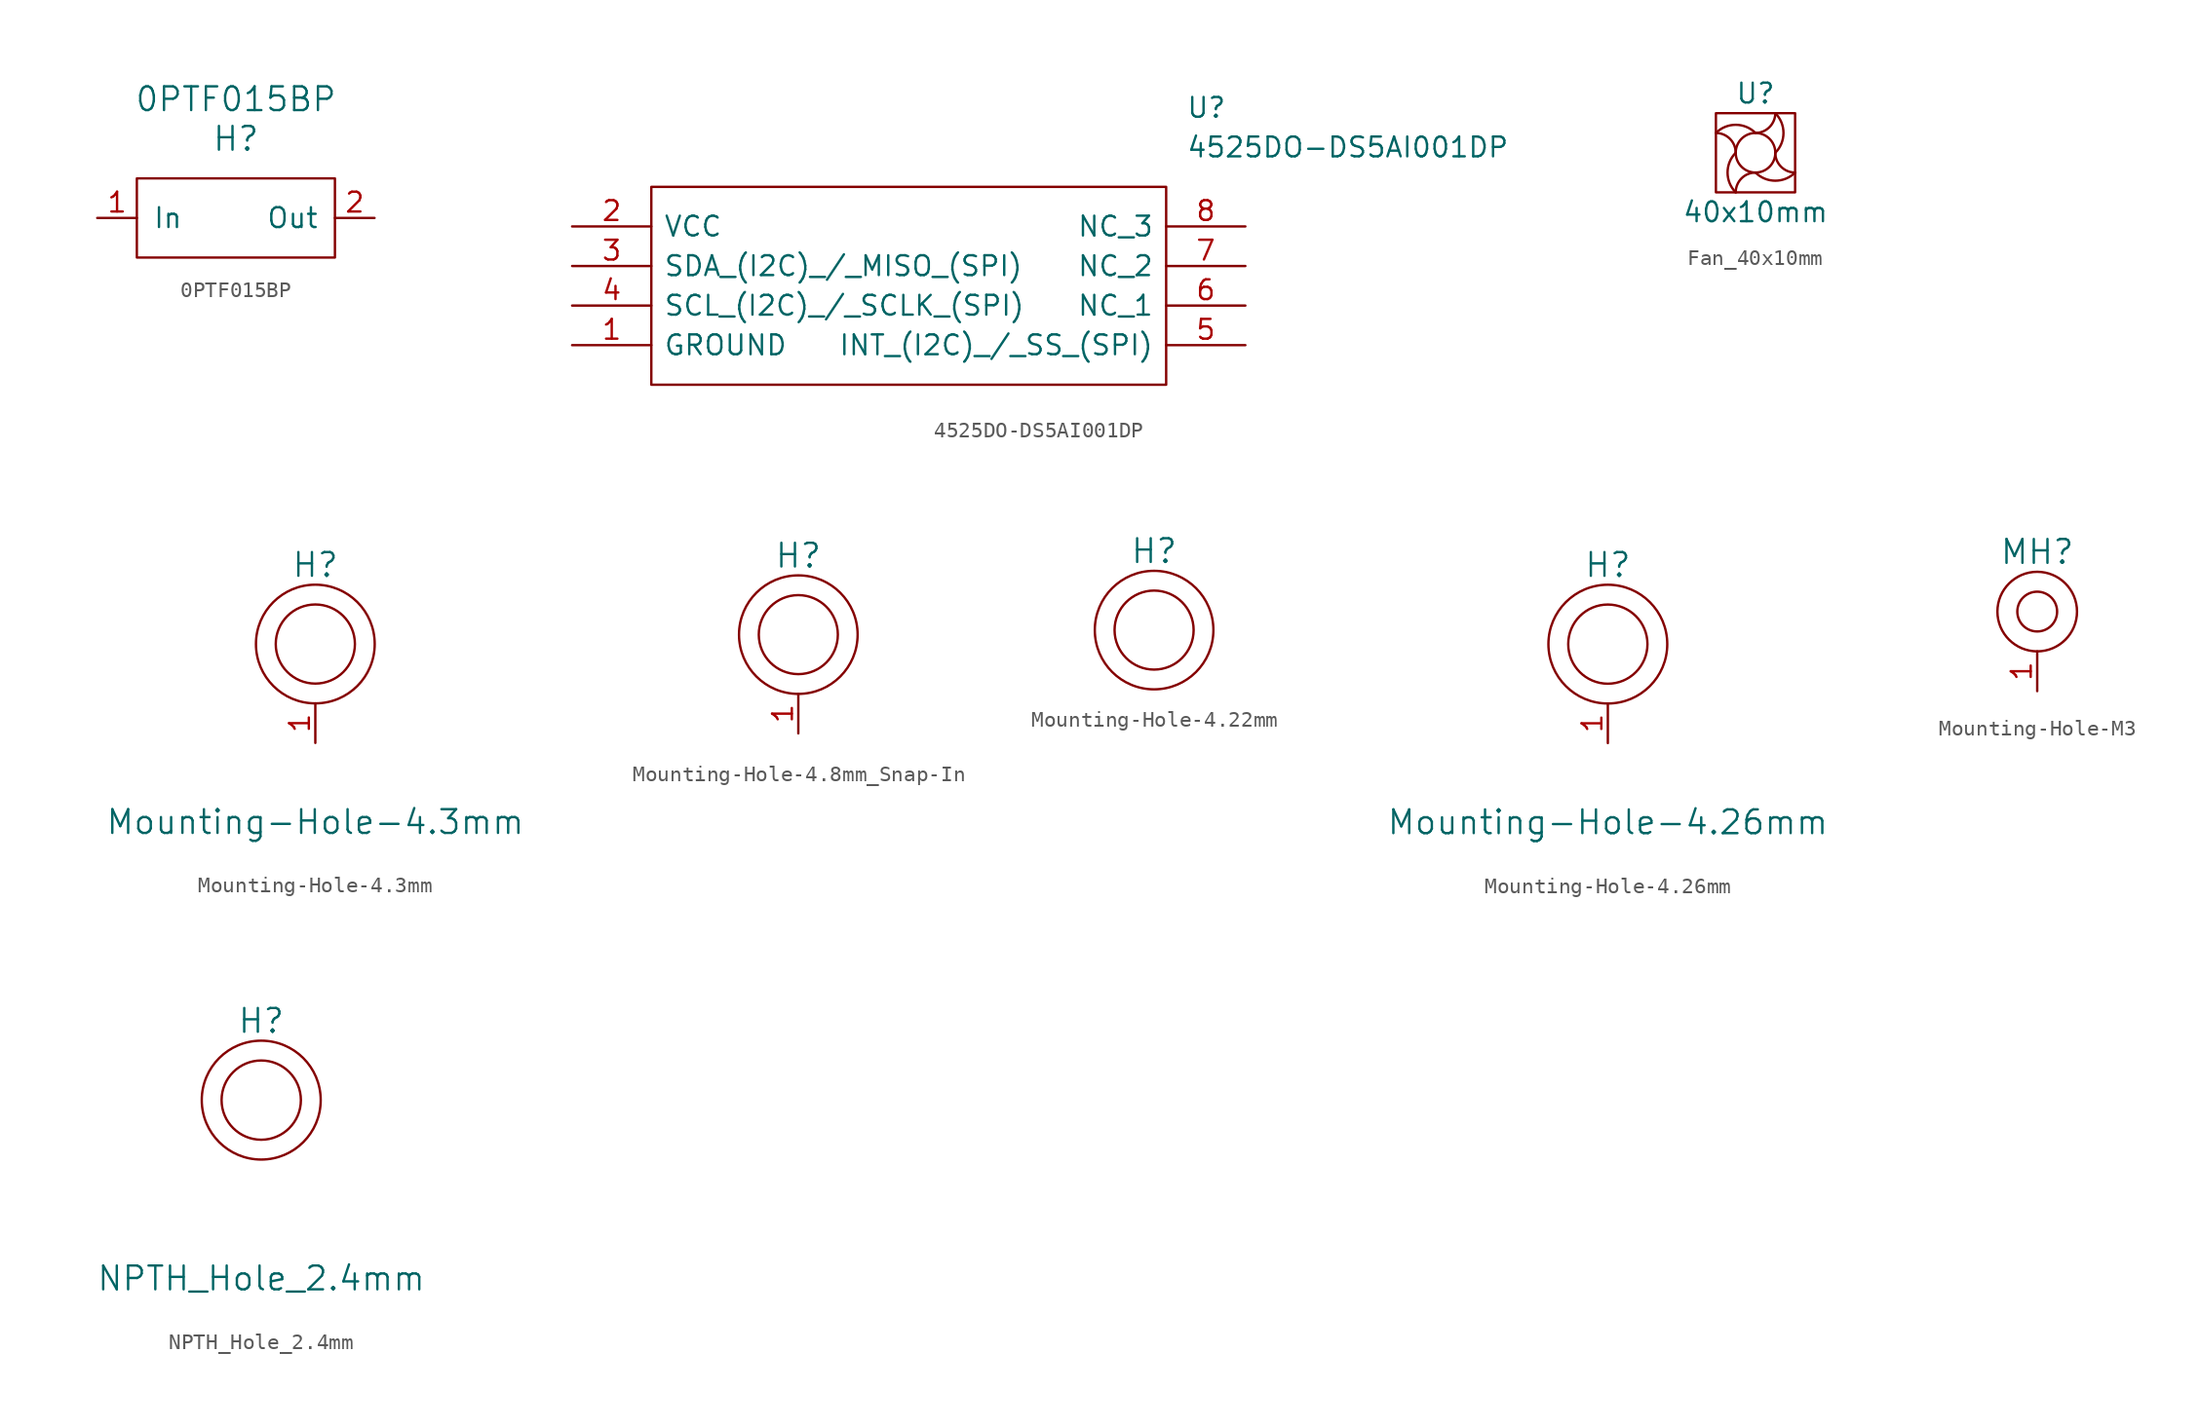
<source format=kicad_sym>
(kicad_symbol_lib
  (version 20231120)
  (generator "kicad_symbol_editor")
  (generator_version "8.0")
  (symbol "0PTF015BP"
    (pin_names
      (offset 1.016))
    (property "Reference" "H"
      (at 0 5.08 0)
      (effects (font (size 1.524 1.524))))
    (property "Value" "0PTF015BP"
      (at 0 7.62 0)
      (effects (font (size 1.524 1.524))))
    (symbol "0PTF015BP_0_1"
      (rectangle (start -6.35 2.54) (end 6.35 -2.54) (stroke (width 0) (type default)) (fill (type none))))
    (symbol "0PTF015BP_1_1"
      (pin input line (at -8.89 0 0) (length 2.54) (name "In" (effects (font (size 1.27 1.27)))) (number "1" (effects (font (size 1.27 1.27)))))
      (pin output line (at 8.89 0 180) (length 2.54) (name "Out" (effects (font (size 1.27 1.27)))) (number "2" (effects (font (size 1.27 1.27)))))))
  (symbol "4525DO-DS5AI001DP"
    (pin_names
      (offset 0.762))
    (property "Reference" "U"
      (at 67.31 7.62 0)
      (effects (font (size 1.27 1.27)) (justify left)))
    (property "Value" "4525DO-DS5AI001DP"
      (at 67.31 5.08 0)
      (effects (font (size 1.27 1.27)) (justify left)))
    (symbol "4525DO-DS5AI001DP_0_0"
      (pin power_in line (at 27.94 -7.62 0) (length 5.08) (name "GROUND" (effects (font (size 1.27 1.27)))) (number "1" (effects (font (size 1.27 1.27)))))
      (pin power_in line (at 27.94 0 0) (length 5.08) (name "VCC" (effects (font (size 1.27 1.27)))) (number "2" (effects (font (size 1.27 1.27)))))
      (pin bidirectional line (at 27.94 -2.54 0) (length 5.08) (name "SDA_(I2C)_/_MISO_(SPI)" (effects (font (size 1.27 1.27)))) (number "3" (effects (font (size 1.27 1.27)))))
      (pin bidirectional line (at 27.94 -5.08 0) (length 5.08) (name "SCL_(I2C)_/_SCLK_(SPI)" (effects (font (size 1.27 1.27)))) (number "4" (effects (font (size 1.27 1.27)))))
      (pin bidirectional line (at 71.12 -7.62 180) (length 5.08) (name "INT_(I2C)_/_SS_(SPI)" (effects (font (size 1.27 1.27)))) (number "5" (effects (font (size 1.27 1.27)))))
      (pin passive line (at 71.12 -5.08 180) (length 5.08) (name "NC_1" (effects (font (size 1.27 1.27)))) (number "6" (effects (font (size 1.27 1.27)))))
      (pin passive line (at 71.12 -2.54 180) (length 5.08) (name "NC_2" (effects (font (size 1.27 1.27)))) (number "7" (effects (font (size 1.27 1.27)))))
      (pin passive line (at 71.12 0 180) (length 5.08) (name "NC_3" (effects (font (size 1.27 1.27)))) (number "8" (effects (font (size 1.27 1.27))))))
    (symbol "4525DO-DS5AI001DP_0_1"
      (polyline (pts (xy 33.02 2.54) (xy 66.04 2.54) (xy 66.04 -10.16) (xy 33.02 -10.16) (xy 33.02 2.54)) (stroke (width 0.152) (type solid)) (fill (type none)))))
  (symbol "Fan_40x10mm"
    (property "Reference" "U"
      (at 0 0 0)
      (effects (font (size 1.27 1.27))))
    (property "Value" "40x10mm"
      (at 0 -7.62 0)
      (effects (font (size 1.27 1.27))))
    (symbol "Fan_40x10mm_0_1"
      (rectangle (start -2.54 -1.27) (end 2.54 -6.35) (stroke (width 0) (type default)) (fill (type none)))
      (arc (start -1.27 -3.81) (mid -1.6424 -2.9124) (end -2.54 -2.54) (stroke (width 0) (type default)) (fill (type none)))
      (arc (start -1.27 -3.81) (mid -1.7936 -5.08) (end -1.27 -6.35) (stroke (width 0) (type default)) (fill (type none)))
      (arc (start 0 -5.08) (mid -0.8978 -5.4522) (end -1.27 -6.35) (stroke (width 0) (type default)) (fill (type none)))
      (arc (start 0 -5.08) (mid 1.27 -5.6037) (end 2.54 -5.08) (stroke (width 0) (type default)) (fill (type none)))
      (circle (center 0 -3.81) (radius 1.27) (stroke (width 0) (type default)) (fill (type none)))
      (arc (start 0 -2.54) (mid -1.27 -2.0157) (end -2.54 -2.54) (stroke (width 0) (type default)) (fill (type none)))
      (arc (start 0 -2.54) (mid 0.8948 -2.1648) (end 1.27 -1.27) (stroke (width 0) (type default)) (fill (type none)))
      (arc (start 1.27 -3.81) (mid 1.7941 -2.54) (end 1.27 -1.27) (stroke (width 0) (type default)) (fill (type none)))
      (arc (start 1.27 -3.81) (mid 1.6424 -4.7076) (end 2.54 -5.08) (stroke (width 0) (type default)) (fill (type none)))))
  (symbol "Mounting-Hole-4.3mm"
    (pin_names
      (offset 1.016))
    (property "Reference" "H"
      (at 0 5.08 0)
      (effects (font (size 1.524 1.524))))
    (property "Value" "Mounting-Hole-4.3mm"
      (at 0 -11.43 0)
      (effects (font (size 1.524 1.524))))
    (symbol "Mounting-Hole-4.3mm_0_1"
      (circle (center 0 0) (radius 2.54) (stroke (width 0) (type default)) (fill (type none)))
      (circle (center 0 0) (radius 3.81) (stroke (width 0) (type default)) (fill (type none))))
    (symbol "Mounting-Hole-4.3mm_1_1"
      (pin input line (at 0 -6.35 90) (length 2.54) (name "~" (effects (font (size 1.27 1.27)))) (number "1" (effects (font (size 1.27 1.27)))))))
  (symbol "Mounting-Hole-4.8mm_Snap-In"
    (pin_names
      (offset 1.016))
    (property "Reference" "H"
      (at 0 5.08 0)
      (effects (font (size 1.524 1.524))))
    (symbol "Mounting-Hole-4.8mm_Snap-In_0_1"
      (circle (center 0 0) (radius 2.54) (stroke (width 0) (type default)) (fill (type none)))
      (circle (center 0 0) (radius 3.81) (stroke (width 0) (type default)) (fill (type none))))
    (symbol "Mounting-Hole-4.8mm_Snap-In_1_1"
      (pin input line (at 0 -6.35 90) (length 2.54) (name "~" (effects (font (size 1.27 1.27)))) (number "1" (effects (font (size 1.27 1.27)))))))
  (symbol "Mounting-Hole-4.22mm"
    (pin_names
      (offset 1.016))
    (property "Reference" "H"
      (at 0 5.08 0)
      (effects (font (size 1.524 1.524))))
    (symbol "Mounting-Hole-4.22mm_0_1"
      (circle (center 0 0) (radius 2.54) (stroke (width 0) (type default)) (fill (type none)))
      (circle (center 0 0) (radius 3.81) (stroke (width 0) (type default)) (fill (type none)))))
  (symbol "Mounting-Hole-4.26mm"
    (pin_names
      (offset 1.016))
    (property "Reference" "H"
      (at 0 5.08 0)
      (effects (font (size 1.524 1.524))))
    (property "Value" "Mounting-Hole-4.26mm"
      (at 0 -11.43 0)
      (effects (font (size 1.524 1.524))))
    (symbol "Mounting-Hole-4.26mm_0_1"
      (circle (center 0 0) (radius 2.54) (stroke (width 0) (type default)) (fill (type none)))
      (circle (center 0 0) (radius 3.81) (stroke (width 0) (type default)) (fill (type none))))
    (symbol "Mounting-Hole-4.26mm_1_1"
      (pin input line (at 0 -6.35 90) (length 2.54) (name "~" (effects (font (size 1.27 1.27)))) (number "1" (effects (font (size 1.27 1.27)))))))
  (symbol "Mounting-Hole-M3"
    (pin_names
      (offset 1.016))
    (property "Reference" "MH"
      (at 0 3.81 0)
      (effects (font (size 1.524 1.524))))
    (symbol "Mounting-Hole-M3_0_1"
      (circle (center 0 0) (radius 2.54) (stroke (width 0) (type default)) (fill (type none))))
    (symbol "Mounting-Hole-M3_1_1"
      (circle (center 0 0) (radius 1.27) (stroke (width 0) (type default)) (fill (type none)))
      (pin input line (at 0 -5.08 90) (length 2.54) (name "~" (effects (font (size 1.27 1.27)))) (number "1" (effects (font (size 1.27 1.27)))))))
  (symbol "NPTH_Hole_2.4mm"
    (pin_names
      (offset 1.016))
    (property "Reference" "H"
      (at 0 5.08 0)
      (effects (font (size 1.524 1.524))))
    (property "Value" "NPTH_Hole_2.4mm"
      (at 0 -11.43 0)
      (effects (font (size 1.524 1.524))))
    (symbol "NPTH_Hole_2.4mm_0_1"
      (circle (center 0 0) (radius 2.54) (stroke (width 0) (type default)) (fill (type none)))
      (circle (center 0 0) (radius 3.81) (stroke (width 0) (type default)) (fill (type none))))))
</source>
